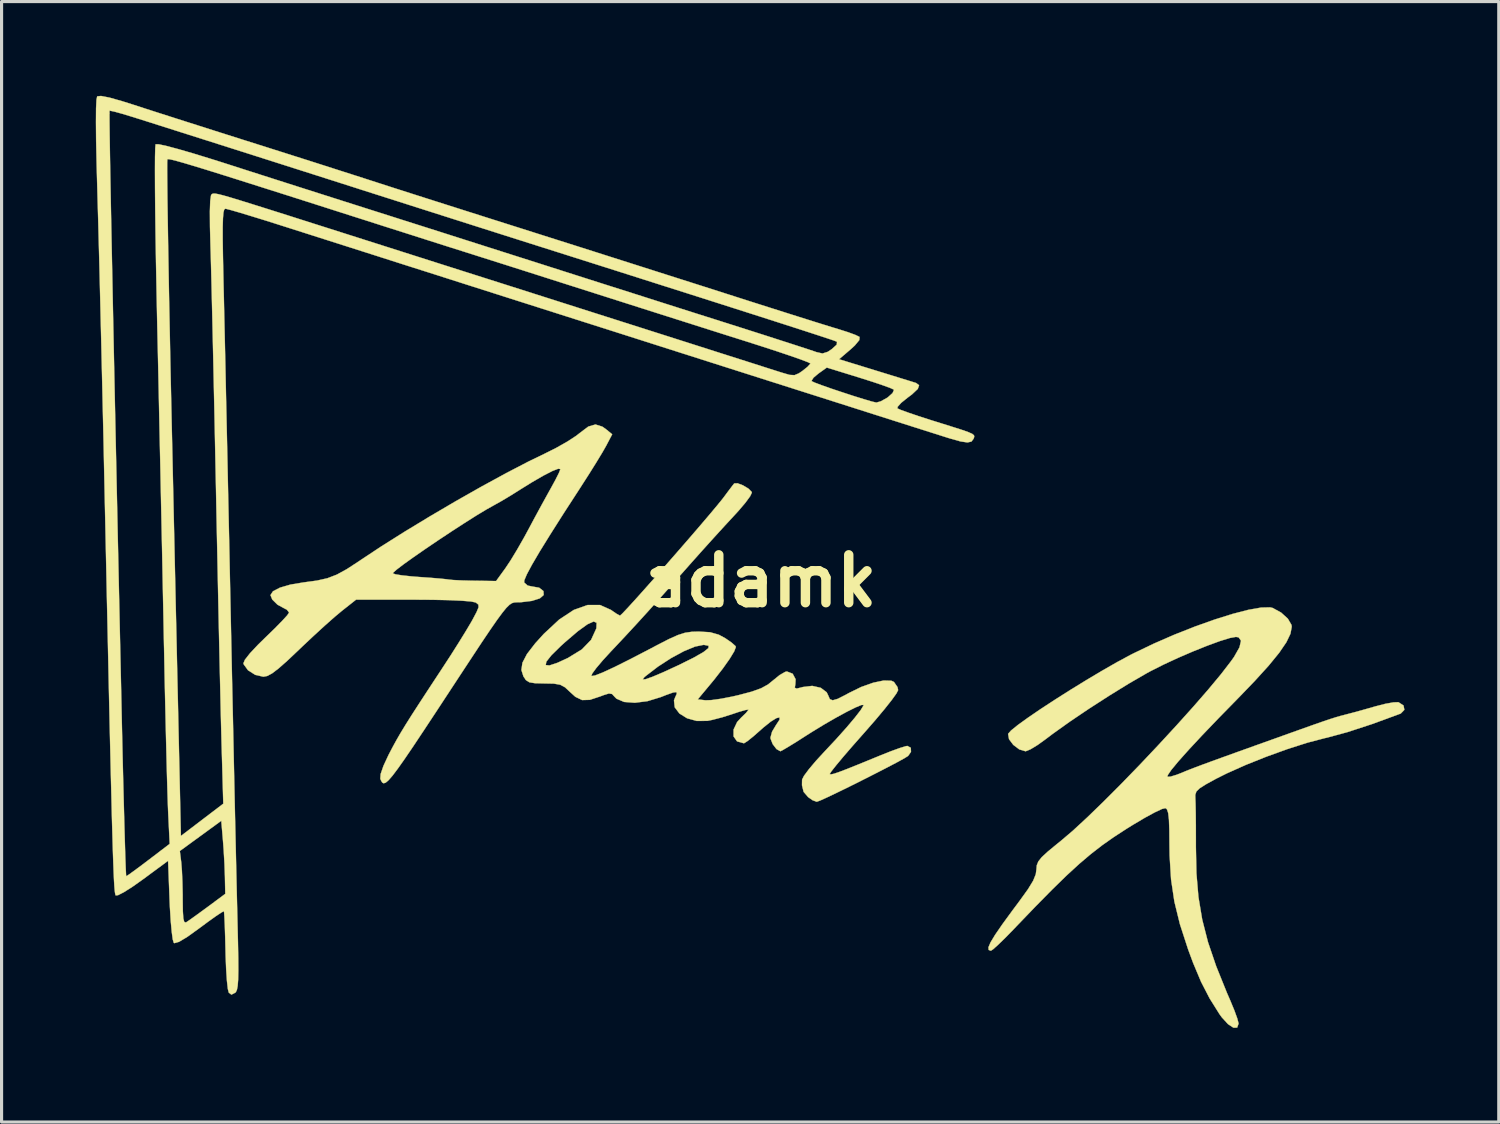
<source format=kicad_pcb>
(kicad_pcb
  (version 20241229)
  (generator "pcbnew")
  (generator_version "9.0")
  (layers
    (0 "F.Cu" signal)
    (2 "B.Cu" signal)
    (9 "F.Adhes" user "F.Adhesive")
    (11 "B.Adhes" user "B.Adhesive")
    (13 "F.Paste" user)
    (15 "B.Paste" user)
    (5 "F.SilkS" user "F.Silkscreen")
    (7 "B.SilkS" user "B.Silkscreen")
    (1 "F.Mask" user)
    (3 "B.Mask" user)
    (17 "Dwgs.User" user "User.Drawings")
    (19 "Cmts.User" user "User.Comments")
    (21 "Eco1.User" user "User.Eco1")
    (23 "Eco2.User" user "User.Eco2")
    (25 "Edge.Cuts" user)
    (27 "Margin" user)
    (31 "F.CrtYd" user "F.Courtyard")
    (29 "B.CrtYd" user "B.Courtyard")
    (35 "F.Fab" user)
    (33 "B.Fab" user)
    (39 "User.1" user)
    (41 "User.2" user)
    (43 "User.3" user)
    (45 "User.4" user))
  (footprint "adamk"
    (layer "F.Cu")
    (at 21.139 15.447)
    (property "Reference" "adamk" (at 0 0 0) (layer "F.SilkS") (effects (font (size 1.524 1.524) (thickness 0.3))))
    (attr through_hole)
    (fp_poly (pts (xy -5.014 -4.915) (xy -4.899 -4.834) (xy -4.7 -4.672) (xy -4.893 -4.305) (xy -5.013 -4.094) (xy -5.202 -3.782) (xy -5.435 -3.409) (xy -5.688 -3.015) (xy -5.721 -2.963) (xy -6.244 -2.157) (xy -6.671 -1.484) (xy -7.008 -0.939) (xy -7.255 -0.518) (xy -7.417 -0.215) (xy -7.497 -0.026) (xy -7.503 0.046) (xy -7.391 0.144) (xy -7.263 0.171) (xy -7.024 0.213) (xy -6.888 0.32) (xy -6.881 0.445) (xy -7.004 0.552) (xy -7.256 0.632) (xy -7.6 0.674) (xy -7.746 0.677) (xy -7.82 0.682) (xy -7.892 0.704) (xy -7.972 0.757) (xy -8.071 0.855) (xy -8.199 1.012) (xy -8.366 1.239) (xy -8.583 1.552) (xy -8.859 1.962) (xy -9.204 2.485) (xy -9.63 3.133) (xy -9.746 3.31) (xy -10.254 4.084) (xy -10.678 4.727) (xy -11.025 5.249) (xy -11.305 5.661) (xy -11.525 5.973) (xy -11.694 6.197) (xy -11.82 6.342) (xy -11.911 6.419) (xy -11.976 6.439) (xy -12.022 6.413) (xy -12.059 6.35) (xy -12.082 6.293) (xy -12.071 6.143) (xy -11.981 5.882) (xy -11.823 5.542) (xy -11.811 5.519) (xy -11.69 5.287) (xy -11.57 5.068) (xy -11.438 4.839) (xy -11.28 4.579) (xy -11.083 4.266) (xy -10.832 3.878) (xy -10.515 3.393) (xy -10.121 2.794) (xy -9.847 2.374) (xy -9.584 1.958) (xy -9.356 1.589) (xy -9.189 1.308) (xy -9.157 1.251) (xy -9.018 0.99) (xy -8.954 0.836) (xy -8.96 0.751) (xy -9.029 0.694) (xy -9.055 0.68) (xy -9.194 0.651) (xy -9.484 0.627) (xy -9.902 0.608) (xy -10.43 0.597) (xy -11.036 0.593) (xy -12.854 0.593) (xy -13.306 0.95) (xy -13.536 1.142) (xy -13.85 1.42) (xy -14.209 1.749) (xy -14.577 2.095) (xy -14.662 2.177) (xy -15.039 2.534) (xy -15.321 2.783) (xy -15.529 2.941) (xy -15.684 3.023) (xy -15.805 3.046) (xy -16.063 2.987) (xy -16.293 2.841) (xy -16.43 2.653) (xy -16.44 2.619) (xy -16.392 2.505) (xy -16.232 2.301) (xy -15.978 2.03) (xy -15.727 1.784) (xy -15.44 1.506) (xy -15.205 1.266) (xy -15.045 1.091) (xy -14.986 1.004) (xy -14.986 1.004) (xy -15.055 0.914) (xy -15.134 0.873) (xy -15.355 0.753) (xy -15.522 0.588) (xy -15.579 0.448) (xy -15.499 0.326) (xy -15.277 0.211) (xy -14.942 0.113) (xy -14.521 0.043) (xy -14.52 0.043) (xy -14.1 -0.014) (xy -13.766 -0.089) (xy -13.467 -0.204) (xy -13.388 -0.247) (xy -11.684 -0.247) (xy -11.605 -0.215) (xy -11.394 -0.181) (xy -11.086 -0.148) (xy -10.858 -0.13) (xy -10.49 -0.104) (xy -10.178 -0.078) (xy -9.965 -0.056) (xy -9.906 -0.047) (xy -9.765 -0.033) (xy -9.505 -0.02) (xy -9.176 -0.011) (xy -9.088 -0.01) (xy -8.396 0) (xy -8.104 -0.402) (xy -7.936 -0.654) (xy -7.725 -1.002) (xy -7.504 -1.39) (xy -7.385 -1.609) (xy -7.168 -2.015) (xy -6.94 -2.435) (xy -6.737 -2.803) (xy -6.655 -2.95) (xy -6.506 -3.223) (xy -6.397 -3.44) (xy -6.35 -3.558) (xy -6.35 -3.563) (xy -6.417 -3.575) (xy -6.602 -3.504) (xy -6.886 -3.358) (xy -7.248 -3.149) (xy -7.62 -2.918) (xy -7.932 -2.722) (xy -8.232 -2.543) (xy -8.455 -2.418) (xy -8.462 -2.414) (xy -8.704 -2.279) (xy -9.027 -2.084) (xy -9.408 -1.843) (xy -9.823 -1.574) (xy -10.248 -1.292) (xy -10.658 -1.014) (xy -11.03 -0.756) (xy -11.34 -0.534) (xy -11.563 -0.364) (xy -11.675 -0.263) (xy -11.684 -0.247) (xy -13.388 -0.247) (xy -13.148 -0.379) (xy -12.755 -0.635) (xy -12.7 -0.673) (xy -12.052 -1.102) (xy -11.308 -1.571) (xy -10.503 -2.059) (xy -9.672 -2.547) (xy -8.848 -3.014) (xy -8.066 -3.44) (xy -7.36 -3.807) (xy -6.858 -4.05) (xy -6.48 -4.24) (xy -6.124 -4.442) (xy -5.842 -4.626) (xy -5.736 -4.71) (xy -5.461 -4.917) (xy -5.232 -4.984) (xy -5.014 -4.915)) (stroke (width 0.01) (type solid)) (fill yes) (layer "F.SilkS"))
    (fp_poly (pts (xy 16.326 0.857) (xy 16.594 1.003) (xy 16.809 1.198) (xy 16.925 1.397) (xy 16.933 1.457) (xy 16.892 1.678) (xy 16.762 1.949) (xy 16.534 2.283) (xy 16.201 2.691) (xy 15.753 3.184) (xy 15.227 3.73) (xy 14.611 4.359) (xy 14.085 4.908) (xy 13.653 5.372) (xy 13.322 5.743) (xy 13.097 6.015) (xy 12.985 6.181) (xy 12.976 6.231) (xy 13.073 6.227) (xy 13.273 6.166) (xy 13.433 6.104) (xy 13.56 6.05) (xy 13.699 5.995) (xy 13.868 5.93) (xy 14.083 5.849) (xy 14.364 5.746) (xy 14.728 5.614) (xy 15.194 5.446) (xy 15.779 5.236) (xy 16.502 4.978) (xy 16.679 4.914) (xy 17.222 4.72) (xy 17.632 4.574) (xy 17.936 4.468) (xy 18.161 4.392) (xy 18.332 4.338) (xy 18.478 4.296) (xy 18.623 4.258) (xy 18.669 4.246) (xy 18.928 4.178) (xy 19.271 4.083) (xy 19.6 3.989) (xy 19.911 3.909) (xy 20.172 3.862) (xy 20.328 3.857) (xy 20.333 3.859) (xy 20.492 3.962) (xy 20.518 4.099) (xy 20.406 4.216) (xy 20.382 4.226) (xy 19.487 4.554) (xy 18.711 4.808) (xy 18.066 4.983) (xy 17.973 5.004) (xy 17.435 5.145) (xy 16.802 5.347) (xy 16.127 5.591) (xy 15.463 5.856) (xy 14.864 6.124) (xy 14.52 6.296) (xy 14.198 6.473) (xy 14 6.599) (xy 13.897 6.701) (xy 13.862 6.806) (xy 13.864 6.906) (xy 13.871 7.076) (xy 13.877 7.379) (xy 13.881 7.778) (xy 13.882 8.237) (xy 13.882 8.467) (xy 13.899 9.304) (xy 13.963 10.06) (xy 14.083 10.777) (xy 14.267 11.496) (xy 14.527 12.26) (xy 14.87 13.11) (xy 14.98 13.363) (xy 15.105 13.666) (xy 15.198 13.921) (xy 15.239 14.078) (xy 15.24 14.09) (xy 15.195 14.217) (xy 15.075 14.218) (xy 14.905 14.106) (xy 14.709 13.892) (xy 14.628 13.78) (xy 14.318 13.285) (xy 14.048 12.762) (xy 13.794 12.158) (xy 13.634 11.726) (xy 13.374 10.927) (xy 13.197 10.205) (xy 13.091 9.497) (xy 13.045 8.739) (xy 13.04 8.401) (xy 13.036 7.926) (xy 13.024 7.596) (xy 13 7.386) (xy 12.962 7.271) (xy 12.916 7.229) (xy 12.803 7.256) (xy 12.575 7.363) (xy 12.257 7.536) (xy 11.874 7.763) (xy 11.672 7.888) (xy 11.272 8.148) (xy 10.901 8.409) (xy 10.538 8.69) (xy 10.165 9.007) (xy 9.76 9.379) (xy 9.306 9.822) (xy 8.78 10.356) (xy 8.165 10.996) (xy 8.095 11.07) (xy 7.824 11.348) (xy 7.593 11.573) (xy 7.427 11.722) (xy 7.356 11.769) (xy 7.284 11.744) (xy 7.278 11.66) (xy 7.344 11.504) (xy 7.489 11.264) (xy 7.722 10.925) (xy 8.05 10.476) (xy 8.276 10.173) (xy 8.537 9.81) (xy 8.701 9.541) (xy 8.785 9.334) (xy 8.805 9.181) (xy 8.817 9.048) (xy 8.866 8.927) (xy 8.975 8.79) (xy 9.167 8.613) (xy 9.464 8.368) (xy 9.588 8.268) (xy 9.963 7.949) (xy 10.421 7.526) (xy 10.941 7.022) (xy 11.505 6.457) (xy 12.092 5.852) (xy 12.682 5.227) (xy 13.256 4.605) (xy 13.795 4.006) (xy 14.278 3.451) (xy 14.685 2.961) (xy 14.997 2.556) (xy 15.097 2.415) (xy 15.269 2.112) (xy 15.318 1.901) (xy 15.242 1.792) (xy 15.156 1.778) (xy 14.959 1.814) (xy 14.643 1.912) (xy 14.242 2.059) (xy 13.788 2.241) (xy 13.315 2.445) (xy 12.855 2.658) (xy 12.442 2.866) (xy 12.321 2.932) (xy 11.752 3.261) (xy 11.123 3.649) (xy 10.479 4.064) (xy 9.868 4.476) (xy 9.336 4.856) (xy 9.108 5.028) (xy 8.845 5.218) (xy 8.616 5.357) (xy 8.467 5.418) (xy 8.457 5.419) (xy 8.259 5.36) (xy 8.068 5.215) (xy 7.933 5.035) (xy 7.904 4.869) (xy 7.905 4.863) (xy 7.996 4.759) (xy 8.211 4.585) (xy 8.53 4.355) (xy 8.929 4.082) (xy 9.388 3.782) (xy 9.884 3.467) (xy 10.395 3.153) (xy 10.899 2.853) (xy 11.374 2.581) (xy 11.799 2.352) (xy 11.896 2.303) (xy 12.535 1.996) (xy 13.193 1.709) (xy 13.846 1.451) (xy 14.472 1.228) (xy 15.048 1.047) (xy 15.55 0.917) (xy 15.957 0.845) (xy 16.244 0.838) (xy 16.326 0.857)) (stroke (width 0.01) (type solid)) (fill yes) (layer "F.SilkS"))
    (fp_poly (pts (xy -0.536 -3.046) (xy -0.365 -2.944) (xy -0.262 -2.841) (xy -0.254 -2.813) (xy -0.309 -2.698) (xy -0.458 -2.495) (xy -0.675 -2.239) (xy -0.826 -2.074) (xy -1.1 -1.778) (xy -1.445 -1.4) (xy -1.82 -0.985) (xy -2.184 -0.577) (xy -2.244 -0.509) (xy -2.765 0.079) (xy -3.2 0.568) (xy -3.574 0.983) (xy -3.911 1.353) (xy -4.236 1.705) (xy -4.575 2.067) (xy -4.737 2.238) (xy -5.003 2.528) (xy -5.208 2.771) (xy -5.335 2.944) (xy -5.364 3.023) (xy -5.361 3.025) (xy -5.244 3.006) (xy -5.001 2.911) (xy -4.627 2.738) (xy -4.119 2.484) (xy -3.47 2.147) (xy -3.28 2.046) (xy -2.895 1.848) (xy -2.61 1.72) (xy -2.381 1.647) (xy -2.161 1.615) (xy -1.945 1.609) (xy -1.585 1.63) (xy -1.308 1.708) (xy -1.099 1.821) (xy -0.9 1.959) (xy -0.779 2.066) (xy -0.762 2.097) (xy -0.815 2.238) (xy -0.961 2.478) (xy -1.179 2.786) (xy -1.45 3.134) (xy -1.543 3.247) (xy -1.977 3.768) (xy -1.729 3.797) (xy -1.54 3.79) (xy -1.238 3.748) (xy -0.873 3.677) (xy -0.677 3.632) (xy -0.257 3.521) (xy 0.041 3.414) (xy 0.261 3.293) (xy 0.427 3.158) (xy 0.631 2.993) (xy 0.805 2.893) (xy 0.861 2.879) (xy 1.045 2.95) (xy 1.139 3.126) (xy 1.131 3.28) (xy 1.113 3.396) (xy 1.173 3.424) (xy 1.35 3.38) (xy 1.367 3.374) (xy 1.668 3.338) (xy 1.939 3.399) (xy 2.128 3.541) (xy 2.177 3.642) (xy 2.228 3.76) (xy 2.319 3.797) (xy 2.481 3.75) (xy 2.746 3.615) (xy 2.829 3.568) (xy 3.229 3.372) (xy 3.613 3.236) (xy 3.945 3.167) (xy 4.188 3.174) (xy 4.27 3.213) (xy 4.382 3.375) (xy 4.403 3.473) (xy 4.348 3.58) (xy 4.197 3.79) (xy 3.966 4.081) (xy 3.672 4.432) (xy 3.334 4.819) (xy 3.293 4.865) (xy 2.955 5.248) (xy 2.663 5.586) (xy 2.433 5.862) (xy 2.281 6.054) (xy 2.224 6.144) (xy 2.225 6.147) (xy 2.265 6.155) (xy 2.359 6.135) (xy 2.525 6.079) (xy 2.785 5.98) (xy 3.156 5.831) (xy 3.657 5.626) (xy 3.83 5.555) (xy 4.166 5.421) (xy 4.453 5.317) (xy 4.647 5.258) (xy 4.698 5.249) (xy 4.806 5.308) (xy 4.812 5.438) (xy 4.72 5.568) (xy 4.6 5.643) (xy 4.363 5.773) (xy 4.039 5.943) (xy 3.657 6.139) (xy 3.248 6.346) (xy 2.84 6.55) (xy 2.463 6.734) (xy 2.146 6.885) (xy 1.919 6.988) (xy 1.812 7.027) (xy 1.811 7.027) (xy 1.677 6.977) (xy 1.538 6.879) (xy 1.394 6.712) (xy 1.342 6.501) (xy 1.345 6.322) (xy 1.405 6.202) (xy 1.56 5.993) (xy 1.788 5.723) (xy 2.055 5.433) (xy 2.432 5.03) (xy 2.761 4.662) (xy 3.026 4.348) (xy 3.211 4.109) (xy 3.298 3.965) (xy 3.302 3.945) (xy 3.235 3.946) (xy 3.05 4.022) (xy 2.775 4.159) (xy 2.436 4.343) (xy 2.061 4.559) (xy 1.675 4.794) (xy 1.474 4.921) (xy 1.157 5.124) (xy 0.893 5.286) (xy 0.715 5.39) (xy 0.654 5.419) (xy 0.531 5.35) (xy 0.409 5.191) (xy 0.341 5.015) (xy 0.339 4.981) (xy 0.389 4.797) (xy 0.512 4.59) (xy 0.514 4.587) (xy 0.628 4.414) (xy 0.627 4.341) (xy 0.527 4.364) (xy 0.347 4.476) (xy 0.103 4.672) (xy 0.034 4.734) (xy -0.201 4.941) (xy -0.391 5.094) (xy -0.5 5.163) (xy -0.508 5.165) (xy -0.725 5.104) (xy -0.836 4.946) (xy -0.836 4.728) (xy -0.723 4.489) (xy -0.593 4.347) (xy -0.44 4.199) (xy -0.366 4.105) (xy -0.366 4.093) (xy -0.453 4.105) (xy -0.653 4.161) (xy -0.865 4.232) (xy -1.192 4.336) (xy -1.514 4.42) (xy -1.667 4.451) (xy -2.008 4.454) (xy -2.316 4.369) (xy -2.56 4.217) (xy -2.709 4.02) (xy -2.733 3.8) (xy -2.699 3.71) (xy -2.644 3.588) (xy -2.657 3.535) (xy -2.764 3.549) (xy -2.99 3.63) (xy -3.154 3.695) (xy -3.577 3.824) (xy -3.979 3.875) (xy -4.321 3.849) (xy -4.564 3.745) (xy -4.625 3.683) (xy -4.705 3.596) (xy -4.805 3.58) (xy -4.98 3.634) (xy -5.078 3.672) (xy -5.412 3.782) (xy -5.658 3.789) (xy -5.872 3.686) (xy -6.039 3.535) (xy -6.202 3.383) (xy -6.354 3.301) (xy -6.556 3.266) (xy -6.853 3.26) (xy -7.155 3.253) (xy -7.336 3.224) (xy -7.444 3.156) (xy -7.46 3.132) (xy -3.73 3.132) (xy -3.639 3.126) (xy -3.416 3.048) (xy -3.068 2.9) (xy -2.604 2.686) (xy -2.576 2.673) (xy -2.107 2.44) (xy -1.795 2.262) (xy -1.637 2.136) (xy -1.631 2.061) (xy -1.774 2.033) (xy -1.799 2.033) (xy -2.065 2.087) (xy -2.419 2.234) (xy -2.824 2.453) (xy -3.241 2.723) (xy -3.633 3.024) (xy -3.679 3.063) (xy -3.73 3.132) (xy -7.46 3.132) (xy -7.525 3.038) (xy -7.591 2.832) (xy -7.568 2.675) (xy -6.816 2.675) (xy -6.697 2.687) (xy -6.441 2.602) (xy -6.111 2.45) (xy -5.666 2.177) (xy -5.372 1.873) (xy -5.208 1.516) (xy -5.203 1.498) (xy -5.196 1.329) (xy -5.29 1.288) (xy -5.488 1.377) (xy -5.79 1.595) (xy -6.198 1.944) (xy -6.334 2.067) (xy -6.635 2.363) (xy -6.796 2.566) (xy -6.816 2.675) (xy -7.568 2.675) (xy -7.557 2.601) (xy -7.413 2.324) (xy -7.149 1.982) (xy -6.877 1.682) (xy -6.387 1.226) (xy -5.921 0.919) (xy -5.485 0.764) (xy -5.089 0.763) (xy -4.739 0.919) (xy -4.735 0.923) (xy -4.563 1.041) (xy -4.458 1.099) (xy -4.451 1.101) (xy -4.383 1.04) (xy -4.221 0.869) (xy -3.983 0.609) (xy -3.686 0.278) (xy -3.346 -0.105) (xy -2.981 -0.52) (xy -2.607 -0.948) (xy -2.241 -1.369) (xy -1.9 -1.765) (xy -1.601 -2.116) (xy -1.361 -2.403) (xy -1.196 -2.606) (xy -1.161 -2.651) (xy -0.992 -2.878) (xy -0.866 -3.044) (xy -0.815 -3.108) (xy -0.708 -3.112) (xy -0.536 -3.046)) (stroke (width 0.01) (type solid)) (fill yes) (layer "F.SilkS"))
    (fp_poly (pts (xy -20.7 -15.389) (xy -20.282 -15.27) (xy -19.968 -15.171) (xy -19.617 -15.057) (xy -19.136 -14.902) (xy -18.555 -14.716) (xy -17.905 -14.509) (xy -17.218 -14.29) (xy -16.524 -14.07) (xy -16.341 -14.012) (xy -15.635 -13.789) (xy -14.914 -13.56) (xy -14.212 -13.337) (xy -13.563 -13.129) (xy -13.001 -12.949) (xy -12.559 -12.807) (xy -12.488 -12.784) (xy -12.132 -12.669) (xy -11.639 -12.51) (xy -11.033 -12.316) (xy -10.34 -12.095) (xy -9.582 -11.854) (xy -8.786 -11.601) (xy -7.976 -11.344) (xy -7.578 -11.218) (xy -6.678 -10.932) (xy -5.703 -10.623) (xy -4.692 -10.301) (xy -3.684 -9.98) (xy -2.718 -9.672) (xy -1.832 -9.39) (xy -1.066 -9.145) (xy -1.016 -9.129) (xy -0.316 -8.905) (xy 0.357 -8.691) (xy 0.981 -8.493) (xy 1.532 -8.319) (xy 1.988 -8.176) (xy 2.324 -8.072) (xy 2.498 -8.02) (xy 2.8 -7.924) (xy 3.041 -7.836) (xy 3.171 -7.773) (xy 3.175 -7.77) (xy 3.167 -7.671) (xy 3.023 -7.498) (xy 2.891 -7.377) (xy 2.522 -7.061) (xy 3.695 -6.7) (xy 4.121 -6.569) (xy 4.493 -6.454) (xy 4.779 -6.366) (xy 4.948 -6.313) (xy 4.974 -6.305) (xy 5.07 -6.233) (xy 5.029 -6.116) (xy 4.844 -5.942) (xy 4.697 -5.832) (xy 4.5 -5.673) (xy 4.388 -5.548) (xy 4.38 -5.496) (xy 4.481 -5.45) (xy 4.712 -5.366) (xy 5.043 -5.253) (xy 5.443 -5.124) (xy 5.588 -5.079) (xy 6.067 -4.929) (xy 6.408 -4.821) (xy 6.631 -4.743) (xy 6.761 -4.686) (xy 6.818 -4.639) (xy 6.826 -4.593) (xy 6.807 -4.537) (xy 6.803 -4.527) (xy 6.737 -4.44) (xy 6.609 -4.412) (xy 6.388 -4.445) (xy 6.046 -4.541) (xy 5.969 -4.565) (xy 5.786 -4.623) (xy 5.455 -4.728) (xy 4.985 -4.877) (xy 4.391 -5.066) (xy 3.683 -5.291) (xy 2.875 -5.549) (xy 1.977 -5.835) (xy 1.002 -6.145) (xy 0.273 -6.377) (xy 1.647 -6.377) (xy 1.652 -6.362) (xy 1.749 -6.316) (xy 1.97 -6.233) (xy 2.274 -6.126) (xy 2.625 -6.009) (xy 2.982 -5.892) (xy 3.307 -5.791) (xy 3.561 -5.716) (xy 3.706 -5.682) (xy 3.712 -5.682) (xy 3.853 -5.722) (xy 4.049 -5.832) (xy 4.079 -5.852) (xy 4.225 -5.984) (xy 4.269 -6.082) (xy 4.261 -6.096) (xy 4.157 -6.144) (xy 3.925 -6.229) (xy 3.597 -6.34) (xy 3.206 -6.464) (xy 3.162 -6.478) (xy 2.132 -6.796) (xy 1.866 -6.606) (xy 1.709 -6.474) (xy 1.647 -6.377) (xy 0.273 -6.377) (xy -0.038 -6.476) (xy -1.131 -6.824) (xy -2.265 -7.185) (xy -3.428 -7.556) (xy -4.607 -7.932) (xy -5.792 -8.309) (xy -6.969 -8.684) (xy -8.128 -9.053) (xy -9.255 -9.412) (xy -10.338 -9.758) (xy -11.367 -10.085) (xy -12.327 -10.392) (xy -13.209 -10.673) (xy -13.999 -10.925) (xy -14.686 -11.144) (xy -15.164 -11.296) (xy -15.683 -11.461) (xy -16.151 -11.605) (xy -16.542 -11.724) (xy -16.832 -11.808) (xy -16.996 -11.85) (xy -17.019 -11.853) (xy -17.052 -11.825) (xy -17.076 -11.729) (xy -17.091 -11.548) (xy -17.099 -11.268) (xy -17.099 -10.871) (xy -17.091 -10.342) (xy -17.077 -9.663) (xy -17.073 -9.461) (xy -17.062 -9.014) (xy -17.049 -8.414) (xy -17.032 -7.679) (xy -17.013 -6.826) (xy -16.993 -5.873) (xy -16.97 -4.835) (xy -16.946 -3.73) (xy -16.922 -2.576) (xy -16.896 -1.39) (xy -16.871 -0.187) (xy -16.851 0.762) (xy -16.826 1.959) (xy -16.801 3.15) (xy -16.775 4.318) (xy -16.751 5.447) (xy -16.728 6.52) (xy -16.706 7.521) (xy -16.685 8.432) (xy -16.667 9.238) (xy -16.651 9.921) (xy -16.638 10.466) (xy -16.63 10.797) (xy -16.614 11.477) (xy -16.604 12.007) (xy -16.602 12.406) (xy -16.608 12.694) (xy -16.623 12.891) (xy -16.647 13.014) (xy -16.68 13.085) (xy -16.7 13.105) (xy -16.822 13.167) (xy -16.906 13.103) (xy -16.936 12.984) (xy -16.965 12.728) (xy -16.989 12.37) (xy -17.006 11.943) (xy -17.01 11.769) (xy -17.021 11.332) (xy -17.033 10.959) (xy -17.046 10.682) (xy -17.057 10.531) (xy -17.062 10.512) (xy -17.136 10.549) (xy -17.316 10.668) (xy -17.573 10.852) (xy -17.831 11.043) (xy -18.219 11.323) (xy -18.488 11.485) (xy -18.636 11.528) (xy -18.657 11.518) (xy -18.69 11.408) (xy -18.723 11.16) (xy -18.755 10.807) (xy -18.781 10.38) (xy -18.79 10.17) (xy -18.838 8.906) (xy -19.635 9.494) (xy -19.968 9.73) (xy -20.242 9.904) (xy -20.43 10) (xy -20.505 10.009) (xy -20.516 9.985) (xy -20.527 9.933) (xy -20.538 9.845) (xy -20.549 9.712) (xy -20.56 9.528) (xy -20.571 9.284) (xy -20.583 8.973) (xy -20.596 8.587) (xy -20.61 8.118) (xy -20.626 7.559) (xy -20.642 6.903) (xy -20.661 6.14) (xy -20.682 5.264) (xy -20.705 4.267) (xy -20.73 3.141) (xy -20.757 1.879) (xy -20.788 0.473) (xy -20.821 -1.085) (xy -20.858 -2.802) (xy -20.869 -3.302) (xy -20.892 -4.401) (xy -20.918 -5.529) (xy -20.944 -6.661) (xy -20.97 -7.772) (xy -20.996 -8.841) (xy -21.02 -9.842) (xy -21.044 -10.751) (xy -21.065 -11.546) (xy -21.084 -12.201) (xy -21.088 -12.351) (xy -21.113 -13.26) (xy -21.129 -14.014) (xy -21.134 -14.611) (xy -21.132 -14.882) (xy -20.704 -14.882) (xy -20.703 -14.625) (xy -20.698 -14.202) (xy -20.689 -13.614) (xy -20.676 -12.863) (xy -20.659 -11.95) (xy -20.638 -10.877) (xy -20.613 -9.645) (xy -20.585 -8.257) (xy -20.553 -6.712) (xy -20.517 -5.014) (xy -20.477 -3.163) (xy -20.434 -1.161) (xy -20.387 0.99) (xy -20.336 3.289) (xy -20.308 4.593) (xy -20.288 5.478) (xy -20.268 6.309) (xy -20.248 7.073) (xy -20.23 7.754) (xy -20.213 8.338) (xy -20.199 8.808) (xy -20.186 9.151) (xy -20.176 9.351) (xy -20.171 9.398) (xy -20.095 9.35) (xy -19.915 9.221) (xy -19.661 9.032) (xy -19.464 8.883) (xy -19.084 8.594) (xy -18.464 8.594) (xy -18.418 8.965) (xy -18.398 9.221) (xy -18.382 9.582) (xy -18.373 9.985) (xy -18.373 10.134) (xy -18.368 10.51) (xy -18.353 10.742) (xy -18.322 10.854) (xy -18.273 10.869) (xy -18.26 10.863) (xy -18.142 10.783) (xy -17.929 10.63) (xy -17.661 10.435) (xy -17.582 10.377) (xy -17.018 9.958) (xy -17.029 9.403) (xy -17.043 9.009) (xy -17.069 8.559) (xy -17.093 8.24) (xy -17.145 7.632) (xy -17.804 8.113) (xy -18.464 8.594) (xy -19.084 8.594) (xy -18.787 8.367) (xy -18.835 7.38) (xy -18.846 7.098) (xy -18.86 6.668) (xy -18.876 6.111) (xy -18.893 5.447) (xy -18.911 4.697) (xy -18.93 3.883) (xy -18.949 3.025) (xy -18.966 2.144) (xy -18.969 2.032) (xy -18.987 1.129) (xy -19.008 0.088) (xy -19.031 -1.058) (xy -19.057 -2.278) (xy -19.083 -3.539) (xy -19.111 -4.811) (xy -19.137 -6.06) (xy -19.163 -7.255) (xy -19.182 -8.079) (xy -19.204 -9.151) (xy -19.223 -10.141) (xy -19.238 -11.041) (xy -19.248 -11.837) (xy -19.254 -12.52) (xy -19.256 -13.079) (xy -19.256 -13.088) (xy -18.867 -13.088) (xy -18.864 -12.694) (xy -18.859 -12.166) (xy -18.849 -11.514) (xy -18.837 -10.75) (xy -18.822 -9.886) (xy -18.805 -8.933) (xy -18.784 -7.903) (xy -18.762 -6.807) (xy -18.737 -5.656) (xy -18.723 -5.016) (xy -18.695 -3.779) (xy -18.668 -2.546) (xy -18.641 -1.334) (xy -18.615 -0.16) (xy -18.59 0.962) (xy -18.566 2.013) (xy -18.545 2.98) (xy -18.525 3.844) (xy -18.509 4.591) (xy -18.495 5.203) (xy -18.485 5.665) (xy -18.483 5.73) (xy -18.43 8.115) (xy -17.756 7.602) (xy -17.081 7.088) (xy -17.137 5.131) (xy -17.148 4.71) (xy -17.162 4.14) (xy -17.178 3.439) (xy -17.197 2.628) (xy -17.217 1.727) (xy -17.238 0.755) (xy -17.259 -0.268) (xy -17.281 -1.322) (xy -17.303 -2.388) (xy -17.313 -2.921) (xy -17.335 -3.973) (xy -17.356 -5.015) (xy -17.378 -6.028) (xy -17.399 -6.993) (xy -17.419 -7.891) (xy -17.438 -8.705) (xy -17.455 -9.416) (xy -17.47 -10.005) (xy -17.482 -10.453) (xy -17.488 -10.637) (xy -17.505 -11.284) (xy -17.508 -11.769) (xy -17.497 -12.097) (xy -17.472 -12.276) (xy -17.451 -12.313) (xy -17.424 -12.328) (xy -17.387 -12.336) (xy -17.328 -12.333) (xy -17.23 -12.314) (xy -17.079 -12.276) (xy -16.862 -12.214) (xy -16.562 -12.123) (xy -16.167 -12) (xy -15.66 -11.841) (xy -15.028 -11.641) (xy -14.256 -11.395) (xy -13.843 -11.264) (xy -11.835 -10.625) (xy -9.985 -10.036) (xy -8.286 -9.496) (xy -6.737 -9.003) (xy -5.331 -8.555) (xy -4.064 -8.152) (xy -2.933 -7.792) (xy -1.932 -7.473) (xy -1.058 -7.194) (xy -0.305 -6.955) (xy 0.329 -6.752) (xy 0.698 -6.635) (xy 0.945 -6.563) (xy 1.103 -6.554) (xy 1.242 -6.612) (xy 1.354 -6.688) (xy 1.52 -6.821) (xy 1.606 -6.916) (xy 1.609 -6.927) (xy 1.531 -6.967) (xy 1.314 -7.05) (xy 0.977 -7.168) (xy 0.544 -7.314) (xy 0.034 -7.48) (xy -0.445 -7.633) (xy -1.07 -7.83) (xy -1.813 -8.066) (xy -2.631 -8.326) (xy -3.481 -8.596) (xy -4.319 -8.863) (xy -5.103 -9.113) (xy -5.207 -9.146) (xy -5.917 -9.372) (xy -6.632 -9.6) (xy -7.321 -9.82) (xy -7.953 -10.021) (xy -8.498 -10.194) (xy -8.925 -10.329) (xy -9.059 -10.372) (xy -9.429 -10.489) (xy -9.929 -10.647) (xy -10.529 -10.838) (xy -11.199 -11.052) (xy -11.907 -11.277) (xy -12.622 -11.506) (xy -12.912 -11.598) (xy -14.041 -11.959) (xy -15.019 -12.271) (xy -15.858 -12.537) (xy -16.567 -12.762) (xy -17.157 -12.948) (xy -17.638 -13.098) (xy -18.022 -13.215) (xy -18.319 -13.304) (xy -18.539 -13.366) (xy -18.692 -13.406) (xy -18.791 -13.427) (xy -18.844 -13.431) (xy -18.861 -13.426) (xy -18.866 -13.336) (xy -18.867 -13.088) (xy -19.256 -13.088) (xy -19.254 -13.503) (xy -19.247 -13.78) (xy -19.236 -13.901) (xy -19.233 -13.905) (xy -19.132 -13.903) (xy -18.888 -13.85) (xy -18.519 -13.752) (xy -18.042 -13.614) (xy -17.476 -13.44) (xy -17.135 -13.333) (xy -16.254 -13.05) (xy -15.475 -12.801) (xy -14.756 -12.571) (xy -14.056 -12.348) (xy -13.334 -12.118) (xy -12.548 -11.868) (xy -11.657 -11.585) (xy -11.303 -11.472) (xy -10.773 -11.304) (xy -10.119 -11.096) (xy -9.376 -10.859) (xy -8.582 -10.606) (xy -7.772 -10.348) (xy -6.983 -10.097) (xy -6.646 -9.989) (xy -5.815 -9.724) (xy -4.89 -9.429) (xy -3.92 -9.121) (xy -2.955 -8.813) (xy -2.043 -8.523) (xy -1.234 -8.267) (xy -1.099 -8.224) (xy -0.448 -8.017) (xy 0.16 -7.823) (xy 0.703 -7.648) (xy 1.162 -7.5) (xy 1.514 -7.385) (xy 1.739 -7.31) (xy 1.804 -7.287) (xy 1.994 -7.244) (xy 2.163 -7.297) (xy 2.292 -7.384) (xy 2.448 -7.525) (xy 2.456 -7.612) (xy 2.436 -7.626) (xy 2.35 -7.659) (xy 2.142 -7.729) (xy 1.807 -7.839) (xy 1.343 -7.99) (xy 0.744 -8.183) (xy 0.009 -8.419) (xy -0.867 -8.699) (xy -1.888 -9.025) (xy -3.056 -9.396) (xy -4.375 -9.816) (xy -5.85 -10.284) (xy -7.324 -10.751) (xy -8.089 -10.994) (xy -8.967 -11.273) (xy -9.912 -11.574) (xy -10.876 -11.881) (xy -11.81 -12.179) (xy -12.668 -12.452) (xy -12.869 -12.517) (xy -14.11 -12.913) (xy -15.327 -13.301) (xy -16.495 -13.673) (xy -17.59 -14.021) (xy -18.589 -14.338) (xy -19.466 -14.617) (xy -19.968 -14.775) (xy -20.287 -14.872) (xy -20.537 -14.941) (xy -20.682 -14.972) (xy -20.702 -14.971) (xy -20.704 -14.882) (xy -21.132 -14.882) (xy -21.131 -15.048) (xy -21.118 -15.322) (xy -21.095 -15.43) (xy -20.973 -15.442) (xy -20.7 -15.389)) (stroke (width 0.01) (type solid)) (fill yes) (layer "F.SilkS")))
  (gr_rect
    (start -3 -3)
    (end 44.663 32.67)
    (stroke (width 0.1) (type default))
    (fill no)
    (layer "Edge.Cuts")))
</source>
